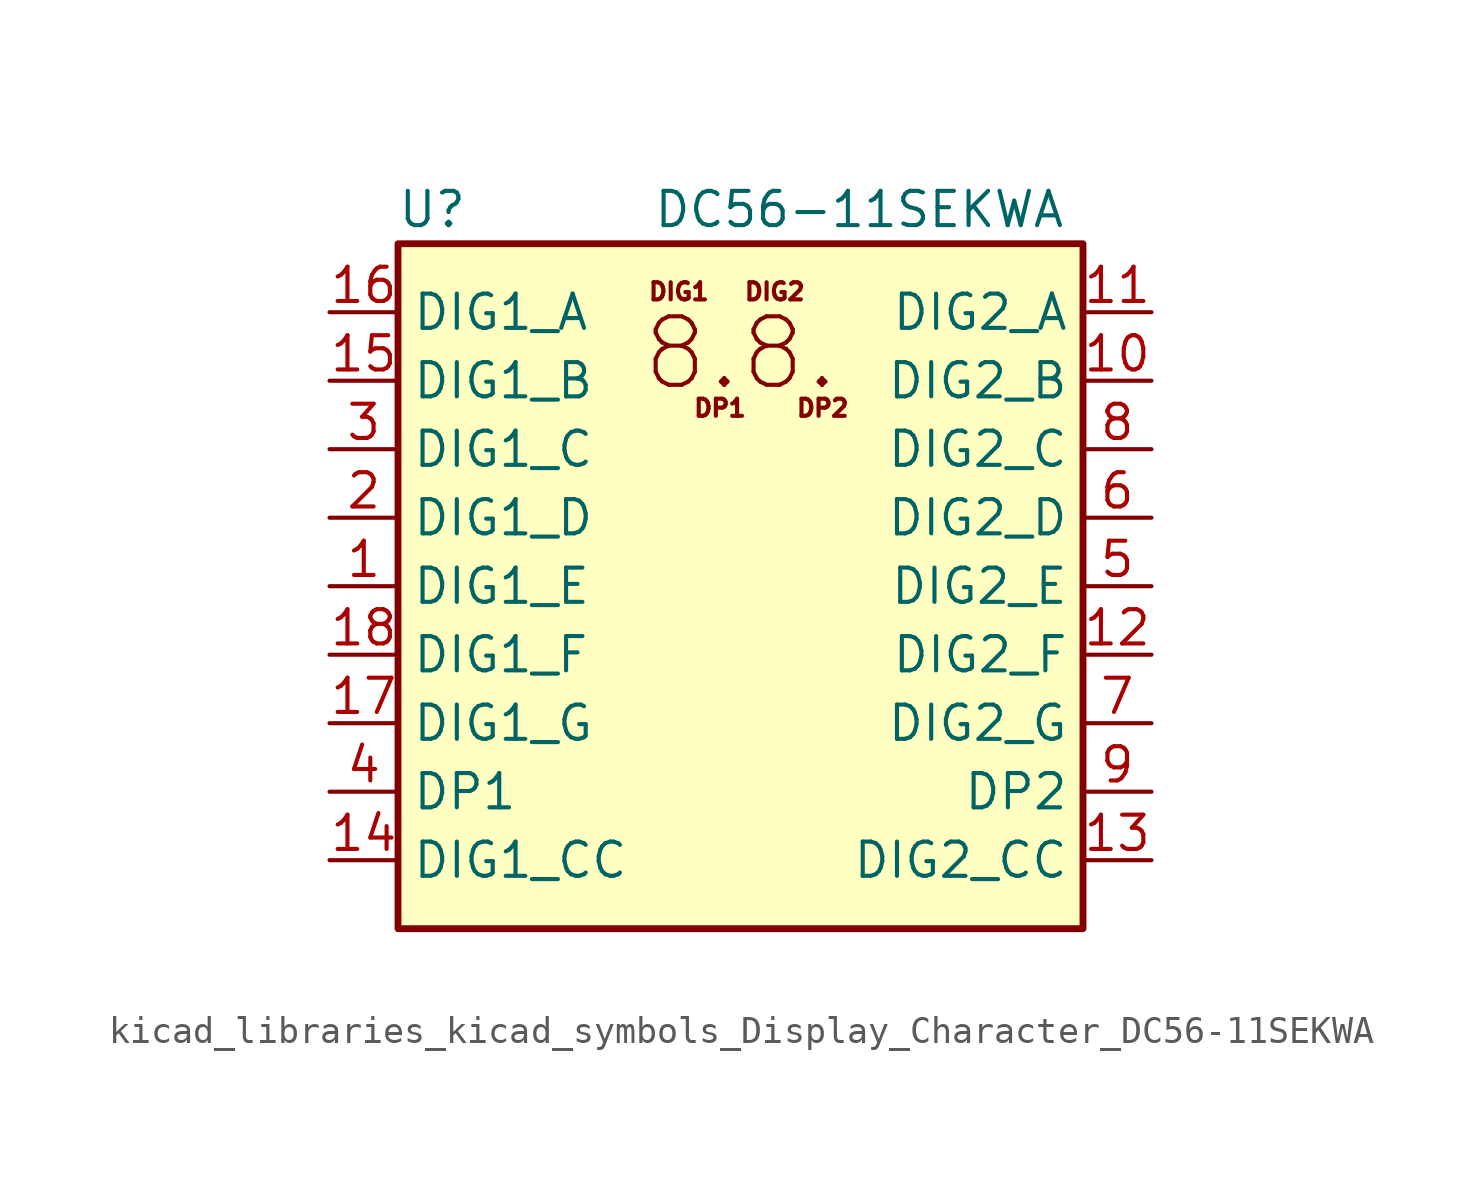
<source format=kicad_sym>
(kicad_symbol_lib
  (version 20220914)
  (generator kicad_symbol_editor)
  (symbol "kicad_libraries_kicad_symbols_Display_Character_DC56-11SEKWA"
    (property "Reference" "U"
      (at -11.43 13.97 0)
      (effects (font (size 1.27 1.27))))
    (property "Value" "DC56-11SEKWA"
      (at 12.065 13.97 0)
      (effects (font (size 1.27 1.27)) (justify right)))
    (symbol "kicad_libraries_kicad_symbols_Display_Character_DC56-11SEKWA_0_0"
      (text "8.8." (at 0 8.636 0) (effects (font (size 2.54 2.54))))
      (text "DIG1" (at -2.286 10.922 0) (effects (font (size 0.635 0.635))))
      (text "DIG2" (at 1.27 10.922 0) (effects (font (size 0.635 0.635))))
      (text "DP1" (at -0.762 6.604 0) (effects (font (size 0.635 0.635))))
      (text "DP2" (at 3.048 6.604 0) (effects (font (size 0.635 0.635)))))
    (symbol "kicad_libraries_kicad_symbols_Display_Character_DC56-11SEKWA_0_1"
      (rectangle (start -12.7 12.7) (end 12.7 -12.7) (stroke (width 0.254) (type default)) (fill (type background))))
    (symbol "kicad_libraries_kicad_symbols_Display_Character_DC56-11SEKWA_1_1"
      (pin input line (at -15.24 0 0) (length 2.54) (name "DIG1_E" (effects (font (size 1.27 1.27)))) (number "1" (effects (font (size 1.27 1.27)))))
      (pin input line (at 15.24 7.62 180) (length 2.54) (name "DIG2_B" (effects (font (size 1.27 1.27)))) (number "10" (effects (font (size 1.27 1.27)))))
      (pin input line (at 15.24 10.16 180) (length 2.54) (name "DIG2_A" (effects (font (size 1.27 1.27)))) (number "11" (effects (font (size 1.27 1.27)))))
      (pin input line (at 15.24 -2.54 180) (length 2.54) (name "DIG2_F" (effects (font (size 1.27 1.27)))) (number "12" (effects (font (size 1.27 1.27)))))
      (pin input line (at 15.24 -10.16 180) (length 2.54) (name "DIG2_CC" (effects (font (size 1.27 1.27)))) (number "13" (effects (font (size 1.27 1.27)))))
      (pin input line (at -15.24 -10.16 0) (length 2.54) (name "DIG1_CC" (effects (font (size 1.27 1.27)))) (number "14" (effects (font (size 1.27 1.27)))))
      (pin input line (at -15.24 7.62 0) (length 2.54) (name "DIG1_B" (effects (font (size 1.27 1.27)))) (number "15" (effects (font (size 1.27 1.27)))))
      (pin input line (at -15.24 10.16 0) (length 2.54) (name "DIG1_A" (effects (font (size 1.27 1.27)))) (number "16" (effects (font (size 1.27 1.27)))))
      (pin input line (at -15.24 -5.08 0) (length 2.54) (name "DIG1_G" (effects (font (size 1.27 1.27)))) (number "17" (effects (font (size 1.27 1.27)))))
      (pin input line (at -15.24 -2.54 0) (length 2.54) (name "DIG1_F" (effects (font (size 1.27 1.27)))) (number "18" (effects (font (size 1.27 1.27)))))
      (pin input line (at -15.24 2.54 0) (length 2.54) (name "DIG1_D" (effects (font (size 1.27 1.27)))) (number "2" (effects (font (size 1.27 1.27)))))
      (pin input line (at -15.24 5.08 0) (length 2.54) (name "DIG1_C" (effects (font (size 1.27 1.27)))) (number "3" (effects (font (size 1.27 1.27)))))
      (pin input line (at -15.24 -7.62 0) (length 2.54) (name "DP1" (effects (font (size 1.27 1.27)))) (number "4" (effects (font (size 1.27 1.27)))))
      (pin input line (at 15.24 0 180) (length 2.54) (name "DIG2_E" (effects (font (size 1.27 1.27)))) (number "5" (effects (font (size 1.27 1.27)))))
      (pin input line (at 15.24 2.54 180) (length 2.54) (name "DIG2_D" (effects (font (size 1.27 1.27)))) (number "6" (effects (font (size 1.27 1.27)))))
      (pin input line (at 15.24 -5.08 180) (length 2.54) (name "DIG2_G" (effects (font (size 1.27 1.27)))) (number "7" (effects (font (size 1.27 1.27)))))
      (pin input line (at 15.24 5.08 180) (length 2.54) (name "DIG2_C" (effects (font (size 1.27 1.27)))) (number "8" (effects (font (size 1.27 1.27)))))
      (pin input line (at 15.24 -7.62 180) (length 2.54) (name "DP2" (effects (font (size 1.27 1.27)))) (number "9" (effects (font (size 1.27 1.27))))))))
</source>
